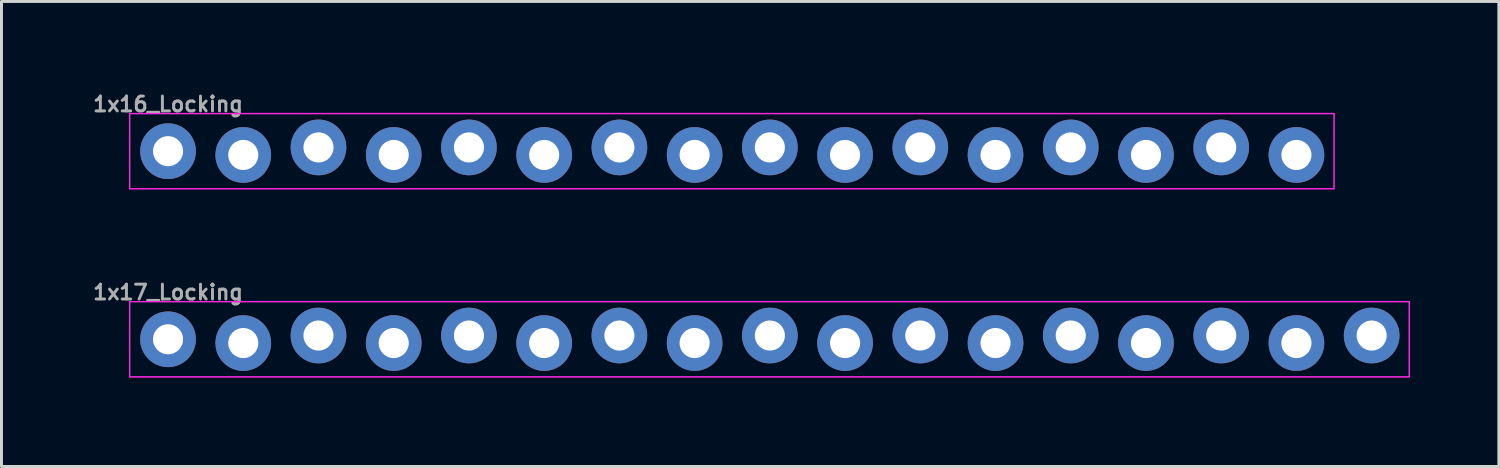
<source format=kicad_pcb>
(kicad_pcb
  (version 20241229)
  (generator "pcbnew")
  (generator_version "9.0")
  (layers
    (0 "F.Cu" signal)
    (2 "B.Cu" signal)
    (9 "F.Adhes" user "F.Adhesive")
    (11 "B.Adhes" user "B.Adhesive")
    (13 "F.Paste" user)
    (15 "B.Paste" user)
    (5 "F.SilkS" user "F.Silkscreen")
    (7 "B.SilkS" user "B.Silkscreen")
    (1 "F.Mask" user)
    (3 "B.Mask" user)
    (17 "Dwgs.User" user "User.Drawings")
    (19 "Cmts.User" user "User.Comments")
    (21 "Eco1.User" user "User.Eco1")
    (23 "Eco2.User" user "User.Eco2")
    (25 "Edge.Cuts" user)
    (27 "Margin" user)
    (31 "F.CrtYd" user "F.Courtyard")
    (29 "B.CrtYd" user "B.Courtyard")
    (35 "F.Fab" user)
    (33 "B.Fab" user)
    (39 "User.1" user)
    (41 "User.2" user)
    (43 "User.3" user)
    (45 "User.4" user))
  (footprint "1x17_Locking"
    (layer "F.Cu")
    (at 2.624 8.406)
    (property "Reference" "1x17_Locking" (at 0 -1.587 0) (layer "F.Fab") (effects (font (size 0.5 0.5) (thickness 0.1))))
    (fp_rect (start -1.295 -1.27) (end 41.91 1.27) (stroke (width 0.05) (type default)) (fill no) (layer "F.CrtYd"))
    (fp_poly (pts (xy -0.254 0.254) (xy 0.254 0.254) (xy 0.254 -0.254) (xy -0.254 -0.254)) (stroke (width 0.1) (type default)) (fill no) (layer "F.Fab"))
    (fp_poly (pts (xy 2.286 0.254) (xy 2.794 0.254) (xy 2.794 -0.254) (xy 2.286 -0.254)) (stroke (width 0.1) (type default)) (fill no) (layer "F.Fab"))
    (fp_poly (pts (xy 4.826 0.254) (xy 5.334 0.254) (xy 5.334 -0.254) (xy 4.826 -0.254)) (stroke (width 0.1) (type default)) (fill no) (layer "F.Fab"))
    (fp_poly (pts (xy 7.366 0.254) (xy 7.874 0.254) (xy 7.874 -0.254) (xy 7.366 -0.254)) (stroke (width 0.1) (type default)) (fill no) (layer "F.Fab"))
    (fp_poly (pts (xy 9.906 0.254) (xy 10.414 0.254) (xy 10.414 -0.254) (xy 9.906 -0.254)) (stroke (width 0.1) (type default)) (fill no) (layer "F.Fab"))
    (fp_poly (pts (xy 12.446 0.254) (xy 12.954 0.254) (xy 12.954 -0.254) (xy 12.446 -0.254)) (stroke (width 0.1) (type default)) (fill no) (layer "F.Fab"))
    (fp_poly (pts (xy 14.986 0.254) (xy 15.494 0.254) (xy 15.494 -0.254) (xy 14.986 -0.254)) (stroke (width 0.1) (type default)) (fill no) (layer "F.Fab"))
    (fp_poly (pts (xy 17.526 0.254) (xy 18.034 0.254) (xy 18.034 -0.254) (xy 17.526 -0.254)) (stroke (width 0.1) (type default)) (fill no) (layer "F.Fab"))
    (fp_poly (pts (xy 20.066 0.254) (xy 20.574 0.254) (xy 20.574 -0.254) (xy 20.066 -0.254)) (stroke (width 0.1) (type default)) (fill no) (layer "F.Fab"))
    (fp_poly (pts (xy 22.606 0.254) (xy 23.114 0.254) (xy 23.114 -0.254) (xy 22.606 -0.254)) (stroke (width 0.1) (type default)) (fill no) (layer "F.Fab"))
    (fp_poly (pts (xy 25.146 0.254) (xy 25.654 0.254) (xy 25.654 -0.254) (xy 25.146 -0.254)) (stroke (width 0.1) (type default)) (fill no) (layer "F.Fab"))
    (fp_poly (pts (xy 27.686 0.254) (xy 28.194 0.254) (xy 28.194 -0.254) (xy 27.686 -0.254)) (stroke (width 0.1) (type default)) (fill no) (layer "F.Fab"))
    (fp_poly (pts (xy 30.226 0.254) (xy 30.734 0.254) (xy 30.734 -0.254) (xy 30.226 -0.254)) (stroke (width 0.1) (type default)) (fill no) (layer "F.Fab"))
    (fp_poly (pts (xy 32.766 0.254) (xy 33.274 0.254) (xy 33.274 -0.254) (xy 32.766 -0.254)) (stroke (width 0.1) (type default)) (fill no) (layer "F.Fab"))
    (fp_poly (pts (xy 35.306 0.254) (xy 35.814 0.254) (xy 35.814 -0.254) (xy 35.306 -0.254)) (stroke (width 0.1) (type default)) (fill no) (layer "F.Fab"))
    (fp_poly (pts (xy 37.846 0.254) (xy 38.354 0.254) (xy 38.354 -0.254) (xy 37.846 -0.254)) (stroke (width 0.1) (type default)) (fill no) (layer "F.Fab"))
    (fp_poly (pts (xy 40.386 0.254) (xy 40.894 0.254) (xy 40.894 -0.254) (xy 40.386 -0.254)) (stroke (width 0.1) (type default)) (fill no) (layer "F.Fab"))
    (pad "1" thru_hole circle (at 0 0 90) (size 1.88 1.88) (drill 1.016) (layers "*.Cu" "*.Mask"))
    (pad "2" thru_hole circle (at 2.54 0.127 90) (size 1.88 1.88) (drill 1.016) (layers "*.Cu" "*.Mask"))
    (pad "3" thru_hole circle (at 5.08 -0.127 90) (size 1.88 1.88) (drill 1.016) (layers "*.Cu" "*.Mask"))
    (pad "4" thru_hole circle (at 7.62 0.127 90) (size 1.88 1.88) (drill 1.016) (layers "*.Cu" "*.Mask"))
    (pad "5" thru_hole circle (at 10.16 -0.127 90) (size 1.88 1.88) (drill 1.016) (layers "*.Cu" "*.Mask"))
    (pad "6" thru_hole circle (at 12.7 0.127 90) (size 1.88 1.88) (drill 1.016) (layers "*.Cu" "*.Mask"))
    (pad "7" thru_hole circle (at 15.24 -0.127 90) (size 1.88 1.88) (drill 1.016) (layers "*.Cu" "*.Mask"))
    (pad "8" thru_hole circle (at 17.78 0.127 90) (size 1.88 1.88) (drill 1.016) (layers "*.Cu" "*.Mask"))
    (pad "9" thru_hole circle (at 20.32 -0.127 90) (size 1.88 1.88) (drill 1.016) (layers "*.Cu" "*.Mask"))
    (pad "10" thru_hole circle (at 22.86 0.127 90) (size 1.88 1.88) (drill 1.016) (layers "*.Cu" "*.Mask"))
    (pad "11" thru_hole circle (at 25.4 -0.127 90) (size 1.88 1.88) (drill 1.016) (layers "*.Cu" "*.Mask"))
    (pad "12" thru_hole circle (at 27.94 0.127 90) (size 1.88 1.88) (drill 1.016) (layers "*.Cu" "*.Mask"))
    (pad "13" thru_hole circle (at 30.48 -0.127 90) (size 1.88 1.88) (drill 1.016) (layers "*.Cu" "*.Mask"))
    (pad "14" thru_hole circle (at 33.02 0.127 90) (size 1.88 1.88) (drill 1.016) (layers "*.Cu" "*.Mask"))
    (pad "15" thru_hole circle (at 35.56 -0.127 90) (size 1.88 1.88) (drill 1.016) (layers "*.Cu" "*.Mask"))
    (pad "16" thru_hole circle (at 38.1 0.127 90) (size 1.88 1.88) (drill 1.016) (layers "*.Cu" "*.Mask"))
    (pad "17" thru_hole circle (at 40.64 -0.127 90) (size 1.88 1.88) (drill 1.016) (layers "*.Cu" "*.Mask")))
  (footprint "1x16_Locking"
    (layer "F.Cu")
    (at 2.624 2.055)
    (property "Reference" "1x16_Locking" (at 0 -1.587 0) (layer "F.Fab") (effects (font (size 0.5 0.5) (thickness 0.1))))
    (fp_rect (start -1.295 -1.27) (end 39.37 1.27) (stroke (width 0.05) (type default)) (fill no) (layer "F.CrtYd"))
    (fp_poly (pts (xy -0.254 0.254) (xy 0.254 0.254) (xy 0.254 -0.254) (xy -0.254 -0.254)) (stroke (width 0.1) (type default)) (fill no) (layer "F.Fab"))
    (fp_poly (pts (xy 2.286 0.254) (xy 2.794 0.254) (xy 2.794 -0.254) (xy 2.286 -0.254)) (stroke (width 0.1) (type default)) (fill no) (layer "F.Fab"))
    (fp_poly (pts (xy 4.826 0.254) (xy 5.334 0.254) (xy 5.334 -0.254) (xy 4.826 -0.254)) (stroke (width 0.1) (type default)) (fill no) (layer "F.Fab"))
    (fp_poly (pts (xy 7.366 0.254) (xy 7.874 0.254) (xy 7.874 -0.254) (xy 7.366 -0.254)) (stroke (width 0.1) (type default)) (fill no) (layer "F.Fab"))
    (fp_poly (pts (xy 9.906 0.254) (xy 10.414 0.254) (xy 10.414 -0.254) (xy 9.906 -0.254)) (stroke (width 0.1) (type default)) (fill no) (layer "F.Fab"))
    (fp_poly (pts (xy 12.446 0.254) (xy 12.954 0.254) (xy 12.954 -0.254) (xy 12.446 -0.254)) (stroke (width 0.1) (type default)) (fill no) (layer "F.Fab"))
    (fp_poly (pts (xy 14.986 0.254) (xy 15.494 0.254) (xy 15.494 -0.254) (xy 14.986 -0.254)) (stroke (width 0.1) (type default)) (fill no) (layer "F.Fab"))
    (fp_poly (pts (xy 17.526 0.254) (xy 18.034 0.254) (xy 18.034 -0.254) (xy 17.526 -0.254)) (stroke (width 0.1) (type default)) (fill no) (layer "F.Fab"))
    (fp_poly (pts (xy 20.066 0.254) (xy 20.574 0.254) (xy 20.574 -0.254) (xy 20.066 -0.254)) (stroke (width 0.1) (type default)) (fill no) (layer "F.Fab"))
    (fp_poly (pts (xy 22.606 0.254) (xy 23.114 0.254) (xy 23.114 -0.254) (xy 22.606 -0.254)) (stroke (width 0.1) (type default)) (fill no) (layer "F.Fab"))
    (fp_poly (pts (xy 25.146 0.254) (xy 25.654 0.254) (xy 25.654 -0.254) (xy 25.146 -0.254)) (stroke (width 0.1) (type default)) (fill no) (layer "F.Fab"))
    (fp_poly (pts (xy 27.686 0.254) (xy 28.194 0.254) (xy 28.194 -0.254) (xy 27.686 -0.254)) (stroke (width 0.1) (type default)) (fill no) (layer "F.Fab"))
    (fp_poly (pts (xy 30.226 0.254) (xy 30.734 0.254) (xy 30.734 -0.254) (xy 30.226 -0.254)) (stroke (width 0.1) (type default)) (fill no) (layer "F.Fab"))
    (fp_poly (pts (xy 32.766 0.254) (xy 33.274 0.254) (xy 33.274 -0.254) (xy 32.766 -0.254)) (stroke (width 0.1) (type default)) (fill no) (layer "F.Fab"))
    (fp_poly (pts (xy 35.306 0.254) (xy 35.814 0.254) (xy 35.814 -0.254) (xy 35.306 -0.254)) (stroke (width 0.1) (type default)) (fill no) (layer "F.Fab"))
    (fp_poly (pts (xy 37.846 0.254) (xy 38.354 0.254) (xy 38.354 -0.254) (xy 37.846 -0.254)) (stroke (width 0.1) (type default)) (fill no) (layer "F.Fab"))
    (pad "1" thru_hole circle (at 0 0 90) (size 1.88 1.88) (drill 1.016) (layers "*.Cu" "*.Mask"))
    (pad "2" thru_hole circle (at 2.54 0.127 90) (size 1.88 1.88) (drill 1.016) (layers "*.Cu" "*.Mask"))
    (pad "3" thru_hole circle (at 5.08 -0.127 90) (size 1.88 1.88) (drill 1.016) (layers "*.Cu" "*.Mask"))
    (pad "4" thru_hole circle (at 7.62 0.127 90) (size 1.88 1.88) (drill 1.016) (layers "*.Cu" "*.Mask"))
    (pad "5" thru_hole circle (at 10.16 -0.127 90) (size 1.88 1.88) (drill 1.016) (layers "*.Cu" "*.Mask"))
    (pad "6" thru_hole circle (at 12.7 0.127 90) (size 1.88 1.88) (drill 1.016) (layers "*.Cu" "*.Mask"))
    (pad "7" thru_hole circle (at 15.24 -0.127 90) (size 1.88 1.88) (drill 1.016) (layers "*.Cu" "*.Mask"))
    (pad "8" thru_hole circle (at 17.78 0.127 90) (size 1.88 1.88) (drill 1.016) (layers "*.Cu" "*.Mask"))
    (pad "9" thru_hole circle (at 20.32 -0.127 90) (size 1.88 1.88) (drill 1.016) (layers "*.Cu" "*.Mask"))
    (pad "10" thru_hole circle (at 22.86 0.127 90) (size 1.88 1.88) (drill 1.016) (layers "*.Cu" "*.Mask"))
    (pad "11" thru_hole circle (at 25.4 -0.127 90) (size 1.88 1.88) (drill 1.016) (layers "*.Cu" "*.Mask"))
    (pad "12" thru_hole circle (at 27.94 0.127 90) (size 1.88 1.88) (drill 1.016) (layers "*.Cu" "*.Mask"))
    (pad "13" thru_hole circle (at 30.48 -0.127 90) (size 1.88 1.88) (drill 1.016) (layers "*.Cu" "*.Mask"))
    (pad "14" thru_hole circle (at 33.02 0.127 90) (size 1.88 1.88) (drill 1.016) (layers "*.Cu" "*.Mask"))
    (pad "15" thru_hole circle (at 35.56 -0.127 90) (size 1.88 1.88) (drill 1.016) (layers "*.Cu" "*.Mask"))
    (pad "16" thru_hole circle (at 38.1 0.127 90) (size 1.88 1.88) (drill 1.016) (layers "*.Cu" "*.Mask")))
  (gr_rect
    (start -3 -3)
    (end 47.559 12.701)
    (stroke (width 0.1) (type default))
    (fill no)
    (layer "Edge.Cuts")))
</source>
